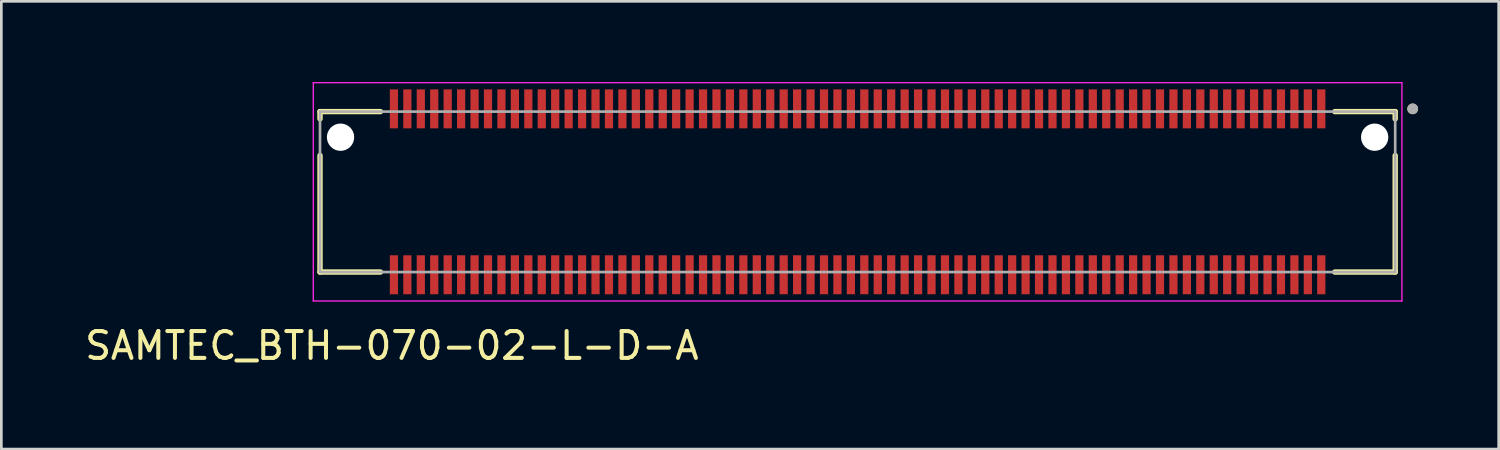
<source format=kicad_pcb>
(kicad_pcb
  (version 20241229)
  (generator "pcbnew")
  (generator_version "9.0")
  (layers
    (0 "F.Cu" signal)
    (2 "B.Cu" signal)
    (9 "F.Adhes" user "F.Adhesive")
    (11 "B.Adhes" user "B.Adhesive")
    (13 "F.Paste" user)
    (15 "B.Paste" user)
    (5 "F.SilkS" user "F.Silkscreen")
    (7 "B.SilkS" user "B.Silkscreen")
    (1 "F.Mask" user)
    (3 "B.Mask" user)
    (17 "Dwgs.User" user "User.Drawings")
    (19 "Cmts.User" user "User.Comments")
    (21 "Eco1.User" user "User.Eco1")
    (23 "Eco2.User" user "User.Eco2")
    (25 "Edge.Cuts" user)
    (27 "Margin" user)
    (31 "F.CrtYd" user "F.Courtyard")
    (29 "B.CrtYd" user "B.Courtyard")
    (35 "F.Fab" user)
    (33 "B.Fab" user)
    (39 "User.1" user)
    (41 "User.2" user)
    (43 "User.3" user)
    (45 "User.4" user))
  (footprint "SAMTEC_BTH-070-02-L-D-A"
    (layer "F.Cu")
    (at 12.105 1)
    (property "Reference" "SAMTEC_BTH-070-02-L-D-A" (at -0.575 8.81 0) (layer "F.SilkS") (effects (font (size 1 1) (thickness 0.15))))
    (attr smd)
    (fp_line (start -3.25 0.372) (end -3.25 0.102) (stroke (width 0.2) (type solid)) (layer "F.SilkS"))
    (fp_line (start -3.25 6.071) (end -3.25 1.736) (stroke (width 0.2) (type solid)) (layer "F.SilkS"))
    (fp_line (start -1.002 0.102) (end -3.25 0.102) (stroke (width 0.2) (type solid)) (layer "F.SilkS"))
    (fp_line (start -1.002 6.071) (end -3.25 6.071) (stroke (width 0.2) (type solid)) (layer "F.SilkS"))
    (fp_line (start 34.502 6.071) (end 36.75 6.071) (stroke (width 0.2) (type solid)) (layer "F.SilkS"))
    (fp_line (start 36.75 0.102) (end 34.502 0.102) (stroke (width 0.2) (type solid)) (layer "F.SilkS"))
    (fp_line (start 36.75 0.102) (end 36.75 0.372) (stroke (width 0.2) (type solid)) (layer "F.SilkS"))
    (fp_line (start 36.75 1.736) (end 36.75 6.071) (stroke (width 0.2) (type solid)) (layer "F.SilkS"))
    (fp_circle (center 37.4 0) (end 37.3 0) (stroke (width 0.2) (type solid)) (fill no) (layer "F.SilkS"))
    (fp_line (start -3.5 -0.975) (end -3.5 7.147) (stroke (width 0.05) (type solid)) (layer "F.CrtYd"))
    (fp_line (start -3.5 7.147) (end 37 7.147) (stroke (width 0.05) (type solid)) (layer "F.CrtYd"))
    (fp_line (start 37 -0.975) (end -3.5 -0.975) (stroke (width 0.05) (type solid)) (layer "F.CrtYd"))
    (fp_line (start 37 7.147) (end 37 -0.975) (stroke (width 0.05) (type solid)) (layer "F.CrtYd"))
    (fp_line (start -3.25 0.102) (end -3.25 6.071) (stroke (width 0.1) (type solid)) (layer "F.Fab"))
    (fp_line (start -3.25 6.071) (end 36.75 6.071) (stroke (width 0.1) (type solid)) (layer "F.Fab"))
    (fp_line (start 36.75 0.102) (end -3.25 0.102) (stroke (width 0.1) (type solid)) (layer "F.Fab"))
    (fp_line (start 36.75 6.071) (end 36.75 0.102) (stroke (width 0.1) (type solid)) (layer "F.Fab"))
    (fp_circle (center 37.4 0) (end 37.3 0) (stroke (width 0.2) (type solid)) (fill no) (layer "F.Fab"))
    (pad "" np_thru_hole circle (at -2.486 1.054) (size 1.016 1.016) (drill 1.016) (layers "*.Cu" "*.Mask"))
    (pad "" np_thru_hole circle (at 35.986 1.054) (size 1.016 1.016) (drill 1.016) (layers "*.Cu" "*.Mask"))
    (pad "01" smd rect (at 34 0) (size 0.305 1.45) (layers "F.Cu" "F.Mask" "F.Paste"))
    (pad "02" smd rect (at 34 6.172) (size 0.305 1.45) (layers "F.Cu" "F.Mask" "F.Paste"))
    (pad "03" smd rect (at 33.5 0) (size 0.305 1.45) (layers "F.Cu" "F.Mask" "F.Paste"))
    (pad "04" smd rect (at 33.5 6.172) (size 0.305 1.45) (layers "F.Cu" "F.Mask" "F.Paste"))
    (pad "05" smd rect (at 33 0) (size 0.305 1.45) (layers "F.Cu" "F.Mask" "F.Paste"))
    (pad "06" smd rect (at 33 6.172) (size 0.305 1.45) (layers "F.Cu" "F.Mask" "F.Paste"))
    (pad "07" smd rect (at 32.5 0) (size 0.305 1.45) (layers "F.Cu" "F.Mask" "F.Paste"))
    (pad "08" smd rect (at 32.5 6.172) (size 0.305 1.45) (layers "F.Cu" "F.Mask" "F.Paste"))
    (pad "09" smd rect (at 32 0) (size 0.305 1.45) (layers "F.Cu" "F.Mask" "F.Paste"))
    (pad "10" smd rect (at 32 6.172) (size 0.305 1.45) (layers "F.Cu" "F.Mask" "F.Paste"))
    (pad "11" smd rect (at 31.5 0) (size 0.305 1.45) (layers "F.Cu" "F.Mask" "F.Paste"))
    (pad "12" smd rect (at 31.5 6.172) (size 0.305 1.45) (layers "F.Cu" "F.Mask" "F.Paste"))
    (pad "13" smd rect (at 31 0) (size 0.305 1.45) (layers "F.Cu" "F.Mask" "F.Paste"))
    (pad "14" smd rect (at 31 6.172) (size 0.305 1.45) (layers "F.Cu" "F.Mask" "F.Paste"))
    (pad "15" smd rect (at 30.5 0) (size 0.305 1.45) (layers "F.Cu" "F.Mask" "F.Paste"))
    (pad "16" smd rect (at 30.5 6.172) (size 0.305 1.45) (layers "F.Cu" "F.Mask" "F.Paste"))
    (pad "17" smd rect (at 30 0) (size 0.305 1.45) (layers "F.Cu" "F.Mask" "F.Paste"))
    (pad "18" smd rect (at 30 6.172) (size 0.305 1.45) (layers "F.Cu" "F.Mask" "F.Paste"))
    (pad "19" smd rect (at 29.5 0) (size 0.305 1.45) (layers "F.Cu" "F.Mask" "F.Paste"))
    (pad "20" smd rect (at 29.5 6.172) (size 0.305 1.45) (layers "F.Cu" "F.Mask" "F.Paste"))
    (pad "21" smd rect (at 29 0) (size 0.305 1.45) (layers "F.Cu" "F.Mask" "F.Paste"))
    (pad "22" smd rect (at 29 6.172) (size 0.305 1.45) (layers "F.Cu" "F.Mask" "F.Paste"))
    (pad "23" smd rect (at 28.5 0) (size 0.305 1.45) (layers "F.Cu" "F.Mask" "F.Paste"))
    (pad "24" smd rect (at 28.5 6.172) (size 0.305 1.45) (layers "F.Cu" "F.Mask" "F.Paste"))
    (pad "25" smd rect (at 28 0) (size 0.305 1.45) (layers "F.Cu" "F.Mask" "F.Paste"))
    (pad "26" smd rect (at 28 6.172) (size 0.305 1.45) (layers "F.Cu" "F.Mask" "F.Paste"))
    (pad "27" smd rect (at 27.5 0) (size 0.305 1.45) (layers "F.Cu" "F.Mask" "F.Paste"))
    (pad "28" smd rect (at 27.5 6.172) (size 0.305 1.45) (layers "F.Cu" "F.Mask" "F.Paste"))
    (pad "29" smd rect (at 27 0) (size 0.305 1.45) (layers "F.Cu" "F.Mask" "F.Paste"))
    (pad "30" smd rect (at 27 6.172) (size 0.305 1.45) (layers "F.Cu" "F.Mask" "F.Paste"))
    (pad "31" smd rect (at 26.5 0) (size 0.305 1.45) (layers "F.Cu" "F.Mask" "F.Paste"))
    (pad "32" smd rect (at 26.5 6.172) (size 0.305 1.45) (layers "F.Cu" "F.Mask" "F.Paste"))
    (pad "33" smd rect (at 26 0) (size 0.305 1.45) (layers "F.Cu" "F.Mask" "F.Paste"))
    (pad "34" smd rect (at 26 6.172) (size 0.305 1.45) (layers "F.Cu" "F.Mask" "F.Paste"))
    (pad "35" smd rect (at 25.5 0) (size 0.305 1.45) (layers "F.Cu" "F.Mask" "F.Paste"))
    (pad "36" smd rect (at 25.5 6.172) (size 0.305 1.45) (layers "F.Cu" "F.Mask" "F.Paste"))
    (pad "37" smd rect (at 25 0) (size 0.305 1.45) (layers "F.Cu" "F.Mask" "F.Paste"))
    (pad "38" smd rect (at 25 6.172) (size 0.305 1.45) (layers "F.Cu" "F.Mask" "F.Paste"))
    (pad "39" smd rect (at 24.5 0) (size 0.305 1.45) (layers "F.Cu" "F.Mask" "F.Paste"))
    (pad "40" smd rect (at 24.5 6.172) (size 0.305 1.45) (layers "F.Cu" "F.Mask" "F.Paste"))
    (pad "41" smd rect (at 24 0) (size 0.305 1.45) (layers "F.Cu" "F.Mask" "F.Paste"))
    (pad "42" smd rect (at 24 6.172) (size 0.305 1.45) (layers "F.Cu" "F.Mask" "F.Paste"))
    (pad "43" smd rect (at 23.5 0) (size 0.305 1.45) (layers "F.Cu" "F.Mask" "F.Paste"))
    (pad "44" smd rect (at 23.5 6.172) (size 0.305 1.45) (layers "F.Cu" "F.Mask" "F.Paste"))
    (pad "45" smd rect (at 23 0) (size 0.305 1.45) (layers "F.Cu" "F.Mask" "F.Paste"))
    (pad "46" smd rect (at 23 6.172) (size 0.305 1.45) (layers "F.Cu" "F.Mask" "F.Paste"))
    (pad "47" smd rect (at 22.5 0) (size 0.305 1.45) (layers "F.Cu" "F.Mask" "F.Paste"))
    (pad "48" smd rect (at 22.5 6.172) (size 0.305 1.45) (layers "F.Cu" "F.Mask" "F.Paste"))
    (pad "49" smd rect (at 22 0) (size 0.305 1.45) (layers "F.Cu" "F.Mask" "F.Paste"))
    (pad "50" smd rect (at 22 6.172) (size 0.305 1.45) (layers "F.Cu" "F.Mask" "F.Paste"))
    (pad "51" smd rect (at 21.5 0) (size 0.305 1.45) (layers "F.Cu" "F.Mask" "F.Paste"))
    (pad "52" smd rect (at 21.5 6.172) (size 0.305 1.45) (layers "F.Cu" "F.Mask" "F.Paste"))
    (pad "53" smd rect (at 21 0) (size 0.305 1.45) (layers "F.Cu" "F.Mask" "F.Paste"))
    (pad "54" smd rect (at 21 6.172) (size 0.305 1.45) (layers "F.Cu" "F.Mask" "F.Paste"))
    (pad "55" smd rect (at 20.5 0) (size 0.305 1.45) (layers "F.Cu" "F.Mask" "F.Paste"))
    (pad "56" smd rect (at 20.5 6.172) (size 0.305 1.45) (layers "F.Cu" "F.Mask" "F.Paste"))
    (pad "57" smd rect (at 20 0) (size 0.305 1.45) (layers "F.Cu" "F.Mask" "F.Paste"))
    (pad "58" smd rect (at 20 6.172) (size 0.305 1.45) (layers "F.Cu" "F.Mask" "F.Paste"))
    (pad "59" smd rect (at 19.5 0) (size 0.305 1.45) (layers "F.Cu" "F.Mask" "F.Paste"))
    (pad "60" smd rect (at 19.5 6.172) (size 0.305 1.45) (layers "F.Cu" "F.Mask" "F.Paste"))
    (pad "61" smd rect (at 19 0) (size 0.305 1.45) (layers "F.Cu" "F.Mask" "F.Paste"))
    (pad "62" smd rect (at 19 6.172) (size 0.305 1.45) (layers "F.Cu" "F.Mask" "F.Paste"))
    (pad "63" smd rect (at 18.5 0) (size 0.305 1.45) (layers "F.Cu" "F.Mask" "F.Paste"))
    (pad "64" smd rect (at 18.5 6.172) (size 0.305 1.45) (layers "F.Cu" "F.Mask" "F.Paste"))
    (pad "65" smd rect (at 18 0) (size 0.305 1.45) (layers "F.Cu" "F.Mask" "F.Paste"))
    (pad "66" smd rect (at 18 6.172) (size 0.305 1.45) (layers "F.Cu" "F.Mask" "F.Paste"))
    (pad "67" smd rect (at 17.5 0) (size 0.305 1.45) (layers "F.Cu" "F.Mask" "F.Paste"))
    (pad "68" smd rect (at 17.5 6.172) (size 0.305 1.45) (layers "F.Cu" "F.Mask" "F.Paste"))
    (pad "69" smd rect (at 17 0) (size 0.305 1.45) (layers "F.Cu" "F.Mask" "F.Paste"))
    (pad "70" smd rect (at 17 6.172) (size 0.305 1.45) (layers "F.Cu" "F.Mask" "F.Paste"))
    (pad "71" smd rect (at 16.5 0) (size 0.305 1.45) (layers "F.Cu" "F.Mask" "F.Paste"))
    (pad "72" smd rect (at 16.5 6.172) (size 0.305 1.45) (layers "F.Cu" "F.Mask" "F.Paste"))
    (pad "73" smd rect (at 16 0) (size 0.305 1.45) (layers "F.Cu" "F.Mask" "F.Paste"))
    (pad "74" smd rect (at 16 6.172) (size 0.305 1.45) (layers "F.Cu" "F.Mask" "F.Paste"))
    (pad "75" smd rect (at 15.5 0) (size 0.305 1.45) (layers "F.Cu" "F.Mask" "F.Paste"))
    (pad "76" smd rect (at 15.5 6.172) (size 0.305 1.45) (layers "F.Cu" "F.Mask" "F.Paste"))
    (pad "77" smd rect (at 15 0) (size 0.305 1.45) (layers "F.Cu" "F.Mask" "F.Paste"))
    (pad "78" smd rect (at 15 6.172) (size 0.305 1.45) (layers "F.Cu" "F.Mask" "F.Paste"))
    (pad "79" smd rect (at 14.5 0) (size 0.305 1.45) (layers "F.Cu" "F.Mask" "F.Paste"))
    (pad "80" smd rect (at 14.5 6.172) (size 0.305 1.45) (layers "F.Cu" "F.Mask" "F.Paste"))
    (pad "81" smd rect (at 14 0) (size 0.305 1.45) (layers "F.Cu" "F.Mask" "F.Paste"))
    (pad "82" smd rect (at 14 6.172) (size 0.305 1.45) (layers "F.Cu" "F.Mask" "F.Paste"))
    (pad "83" smd rect (at 13.5 0) (size 0.305 1.45) (layers "F.Cu" "F.Mask" "F.Paste"))
    (pad "84" smd rect (at 13.5 6.172) (size 0.305 1.45) (layers "F.Cu" "F.Mask" "F.Paste"))
    (pad "85" smd rect (at 13 0) (size 0.305 1.45) (layers "F.Cu" "F.Mask" "F.Paste"))
    (pad "86" smd rect (at 13 6.172) (size 0.305 1.45) (layers "F.Cu" "F.Mask" "F.Paste"))
    (pad "87" smd rect (at 12.5 0) (size 0.305 1.45) (layers "F.Cu" "F.Mask" "F.Paste"))
    (pad "88" smd rect (at 12.5 6.172) (size 0.305 1.45) (layers "F.Cu" "F.Mask" "F.Paste"))
    (pad "89" smd rect (at 12 0) (size 0.305 1.45) (layers "F.Cu" "F.Mask" "F.Paste"))
    (pad "90" smd rect (at 12 6.172) (size 0.305 1.45) (layers "F.Cu" "F.Mask" "F.Paste"))
    (pad "91" smd rect (at 11.5 0) (size 0.305 1.45) (layers "F.Cu" "F.Mask" "F.Paste"))
    (pad "92" smd rect (at 11.5 6.172) (size 0.305 1.45) (layers "F.Cu" "F.Mask" "F.Paste"))
    (pad "93" smd rect (at 11 0) (size 0.305 1.45) (layers "F.Cu" "F.Mask" "F.Paste"))
    (pad "94" smd rect (at 11 6.172) (size 0.305 1.45) (layers "F.Cu" "F.Mask" "F.Paste"))
    (pad "95" smd rect (at 10.5 0) (size 0.305 1.45) (layers "F.Cu" "F.Mask" "F.Paste"))
    (pad "96" smd rect (at 10.5 6.172) (size 0.305 1.45) (layers "F.Cu" "F.Mask" "F.Paste"))
    (pad "97" smd rect (at 10 0) (size 0.305 1.45) (layers "F.Cu" "F.Mask" "F.Paste"))
    (pad "98" smd rect (at 10 6.172) (size 0.305 1.45) (layers "F.Cu" "F.Mask" "F.Paste"))
    (pad "99" smd rect (at 9.5 0) (size 0.305 1.45) (layers "F.Cu" "F.Mask" "F.Paste"))
    (pad "100" smd rect (at 9.5 6.172) (size 0.305 1.45) (layers "F.Cu" "F.Mask" "F.Paste"))
    (pad "101" smd rect (at 9 0) (size 0.305 1.45) (layers "F.Cu" "F.Mask" "F.Paste"))
    (pad "102" smd rect (at 9 6.172) (size 0.305 1.45) (layers "F.Cu" "F.Mask" "F.Paste"))
    (pad "103" smd rect (at 8.5 0) (size 0.305 1.45) (layers "F.Cu" "F.Mask" "F.Paste"))
    (pad "104" smd rect (at 8.5 6.172) (size 0.305 1.45) (layers "F.Cu" "F.Mask" "F.Paste"))
    (pad "105" smd rect (at 8 0) (size 0.305 1.45) (layers "F.Cu" "F.Mask" "F.Paste"))
    (pad "106" smd rect (at 8 6.172) (size 0.305 1.45) (layers "F.Cu" "F.Mask" "F.Paste"))
    (pad "107" smd rect (at 7.5 0) (size 0.305 1.45) (layers "F.Cu" "F.Mask" "F.Paste"))
    (pad "108" smd rect (at 7.5 6.172) (size 0.305 1.45) (layers "F.Cu" "F.Mask" "F.Paste"))
    (pad "109" smd rect (at 7 0) (size 0.305 1.45) (layers "F.Cu" "F.Mask" "F.Paste"))
    (pad "110" smd rect (at 7 6.172) (size 0.305 1.45) (layers "F.Cu" "F.Mask" "F.Paste"))
    (pad "111" smd rect (at 6.5 0) (size 0.305 1.45) (layers "F.Cu" "F.Mask" "F.Paste"))
    (pad "112" smd rect (at 6.5 6.172) (size 0.305 1.45) (layers "F.Cu" "F.Mask" "F.Paste"))
    (pad "113" smd rect (at 6 0) (size 0.305 1.45) (layers "F.Cu" "F.Mask" "F.Paste"))
    (pad "114" smd rect (at 6 6.172) (size 0.305 1.45) (layers "F.Cu" "F.Mask" "F.Paste"))
    (pad "115" smd rect (at 5.5 0) (size 0.305 1.45) (layers "F.Cu" "F.Mask" "F.Paste"))
    (pad "116" smd rect (at 5.5 6.172) (size 0.305 1.45) (layers "F.Cu" "F.Mask" "F.Paste"))
    (pad "117" smd rect (at 5 0) (size 0.305 1.45) (layers "F.Cu" "F.Mask" "F.Paste"))
    (pad "118" smd rect (at 5 6.172) (size 0.305 1.45) (layers "F.Cu" "F.Mask" "F.Paste"))
    (pad "119" smd rect (at 4.5 0) (size 0.305 1.45) (layers "F.Cu" "F.Mask" "F.Paste"))
    (pad "120" smd rect (at 4.5 6.172) (size 0.305 1.45) (layers "F.Cu" "F.Mask" "F.Paste"))
    (pad "121" smd rect (at 4 0) (size 0.305 1.45) (layers "F.Cu" "F.Mask" "F.Paste"))
    (pad "122" smd rect (at 4 6.172) (size 0.305 1.45) (layers "F.Cu" "F.Mask" "F.Paste"))
    (pad "123" smd rect (at 3.5 0) (size 0.305 1.45) (layers "F.Cu" "F.Mask" "F.Paste"))
    (pad "124" smd rect (at 3.5 6.172) (size 0.305 1.45) (layers "F.Cu" "F.Mask" "F.Paste"))
    (pad "125" smd rect (at 3 0) (size 0.305 1.45) (layers "F.Cu" "F.Mask" "F.Paste"))
    (pad "126" smd rect (at 3 6.172) (size 0.305 1.45) (layers "F.Cu" "F.Mask" "F.Paste"))
    (pad "127" smd rect (at 2.5 0) (size 0.305 1.45) (layers "F.Cu" "F.Mask" "F.Paste"))
    (pad "128" smd rect (at 2.5 6.172) (size 0.305 1.45) (layers "F.Cu" "F.Mask" "F.Paste"))
    (pad "129" smd rect (at 2 0) (size 0.305 1.45) (layers "F.Cu" "F.Mask" "F.Paste"))
    (pad "130" smd rect (at 2 6.172) (size 0.305 1.45) (layers "F.Cu" "F.Mask" "F.Paste"))
    (pad "131" smd rect (at 1.5 0) (size 0.305 1.45) (layers "F.Cu" "F.Mask" "F.Paste"))
    (pad "132" smd rect (at 1.5 6.172) (size 0.305 1.45) (layers "F.Cu" "F.Mask" "F.Paste"))
    (pad "133" smd rect (at 1 0) (size 0.305 1.45) (layers "F.Cu" "F.Mask" "F.Paste"))
    (pad "134" smd rect (at 1 6.172) (size 0.305 1.45) (layers "F.Cu" "F.Mask" "F.Paste"))
    (pad "135" smd rect (at 0.5 0) (size 0.305 1.45) (layers "F.Cu" "F.Mask" "F.Paste"))
    (pad "136" smd rect (at 0.5 6.172) (size 0.305 1.45) (layers "F.Cu" "F.Mask" "F.Paste"))
    (pad "137" smd rect (at 0 0) (size 0.305 1.45) (layers "F.Cu" "F.Mask" "F.Paste"))
    (pad "138" smd rect (at 0 6.172) (size 0.305 1.45) (layers "F.Cu" "F.Mask" "F.Paste"))
    (pad "139" smd rect (at -0.5 0) (size 0.305 1.45) (layers "F.Cu" "F.Mask" "F.Paste"))
    (pad "140" smd rect (at -0.5 6.172) (size 0.305 1.45) (layers "F.Cu" "F.Mask" "F.Paste")))
  (gr_rect
    (start -3 -3)
    (end 52.705 13.658)
    (stroke (width 0.1) (type default))
    (fill no)
    (layer "Edge.Cuts")))
</source>
